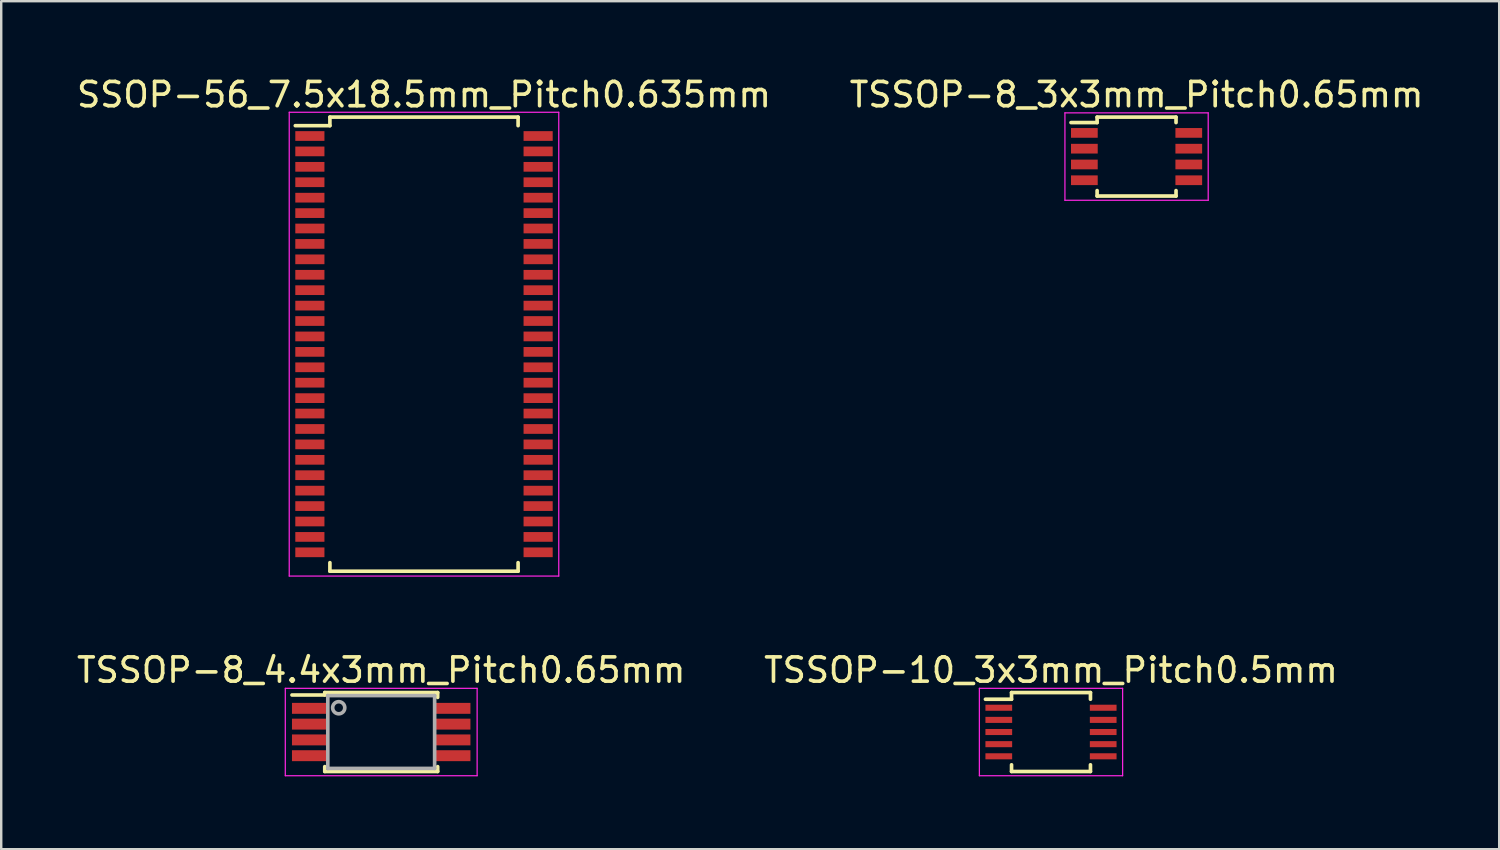
<source format=kicad_pcb>
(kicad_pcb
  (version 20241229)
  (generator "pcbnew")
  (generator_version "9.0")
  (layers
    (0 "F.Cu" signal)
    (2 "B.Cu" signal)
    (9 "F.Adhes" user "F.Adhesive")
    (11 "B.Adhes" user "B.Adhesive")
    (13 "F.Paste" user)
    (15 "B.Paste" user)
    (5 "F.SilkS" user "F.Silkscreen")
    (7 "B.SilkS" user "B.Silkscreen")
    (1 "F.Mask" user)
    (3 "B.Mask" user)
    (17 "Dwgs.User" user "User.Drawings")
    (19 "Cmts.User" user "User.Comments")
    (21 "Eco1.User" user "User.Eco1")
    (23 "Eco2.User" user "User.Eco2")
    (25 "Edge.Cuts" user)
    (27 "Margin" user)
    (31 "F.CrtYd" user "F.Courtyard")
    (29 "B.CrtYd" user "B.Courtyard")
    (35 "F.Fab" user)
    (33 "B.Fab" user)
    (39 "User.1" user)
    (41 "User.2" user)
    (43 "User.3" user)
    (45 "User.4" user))
  (footprint "TSSOP-10_3x3mm_Pitch0.5mm"
    (layer "F.Cu")
    (at 40.232 27.096)
    (property "Reference" "TSSOP-10_3x3mm_Pitch0.5mm" (at 0 -2.55 0) (layer "F.SilkS") (effects (font (size 1 1) (thickness 0.15))))
    (attr smd)
    (fp_line (start -1.625 -1.625) (end -1.625 -1.35) (stroke (width 0.15) (type solid)) (layer "F.SilkS"))
    (fp_line (start -1.625 -1.625) (end 1.625 -1.625) (stroke (width 0.15) (type solid)) (layer "F.SilkS"))
    (fp_line (start -1.625 -1.35) (end -2.7 -1.35) (stroke (width 0.15) (type solid)) (layer "F.SilkS"))
    (fp_line (start -1.625 1.625) (end -1.625 1.35) (stroke (width 0.15) (type solid)) (layer "F.SilkS"))
    (fp_line (start -1.625 1.625) (end 1.625 1.625) (stroke (width 0.15) (type solid)) (layer "F.SilkS"))
    (fp_line (start 1.625 -1.625) (end 1.625 -1.35) (stroke (width 0.15) (type solid)) (layer "F.SilkS"))
    (fp_line (start 1.625 1.625) (end 1.625 1.35) (stroke (width 0.15) (type solid)) (layer "F.SilkS"))
    (fp_line (start -2.95 -1.8) (end -2.95 1.8) (stroke (width 0.05) (type solid)) (layer "F.CrtYd"))
    (fp_line (start -2.95 -1.8) (end 2.95 -1.8) (stroke (width 0.05) (type solid)) (layer "F.CrtYd"))
    (fp_line (start -2.95 1.8) (end 2.95 1.8) (stroke (width 0.05) (type solid)) (layer "F.CrtYd"))
    (fp_line (start 2.95 -1.8) (end 2.95 1.8) (stroke (width 0.05) (type solid)) (layer "F.CrtYd"))
    (pad "1" smd rect (at -2.15 -1) (size 1.1 0.25) (layers "F.Cu" "F.Mask" "F.Paste"))
    (pad "2" smd rect (at -2.15 -0.5) (size 1.1 0.25) (layers "F.Cu" "F.Mask" "F.Paste"))
    (pad "3" smd rect (at -2.15 0) (size 1.1 0.25) (layers "F.Cu" "F.Mask" "F.Paste"))
    (pad "4" smd rect (at -2.15 0.5) (size 1.1 0.25) (layers "F.Cu" "F.Mask" "F.Paste"))
    (pad "5" smd rect (at -2.15 1) (size 1.1 0.25) (layers "F.Cu" "F.Mask" "F.Paste"))
    (pad "6" smd rect (at 2.15 1) (size 1.1 0.25) (layers "F.Cu" "F.Mask" "F.Paste"))
    (pad "7" smd rect (at 2.15 0.5) (size 1.1 0.25) (layers "F.Cu" "F.Mask" "F.Paste"))
    (pad "8" smd rect (at 2.15 0) (size 1.1 0.25) (layers "F.Cu" "F.Mask" "F.Paste"))
    (pad "9" smd rect (at 2.15 -0.5) (size 1.1 0.25) (layers "F.Cu" "F.Mask" "F.Paste"))
    (pad "10" smd rect (at 2.15 -1) (size 1.1 0.25) (layers "F.Cu" "F.Mask" "F.Paste")))
  (footprint "TSSOP-8_3x3mm_Pitch0.65mm"
    (layer "F.Cu")
    (at 43.756 3.398)
    (property "Reference" "TSSOP-8_3x3mm_Pitch0.65mm" (at 0 -2.55 0) (layer "F.SilkS") (effects (font (size 1 1) (thickness 0.15))))
    (attr smd)
    (fp_line (start -1.625 -1.625) (end -1.625 -1.4) (stroke (width 0.15) (type solid)) (layer "F.SilkS"))
    (fp_line (start -1.625 -1.625) (end 1.625 -1.625) (stroke (width 0.15) (type solid)) (layer "F.SilkS"))
    (fp_line (start -1.625 -1.4) (end -2.7 -1.4) (stroke (width 0.15) (type solid)) (layer "F.SilkS"))
    (fp_line (start -1.625 1.625) (end -1.625 1.4) (stroke (width 0.15) (type solid)) (layer "F.SilkS"))
    (fp_line (start -1.625 1.625) (end 1.625 1.625) (stroke (width 0.15) (type solid)) (layer "F.SilkS"))
    (fp_line (start 1.625 -1.625) (end 1.625 -1.4) (stroke (width 0.15) (type solid)) (layer "F.SilkS"))
    (fp_line (start 1.625 1.625) (end 1.625 1.4) (stroke (width 0.15) (type solid)) (layer "F.SilkS"))
    (fp_line (start -2.95 -1.8) (end -2.95 1.8) (stroke (width 0.05) (type solid)) (layer "F.CrtYd"))
    (fp_line (start -2.95 -1.8) (end 2.95 -1.8) (stroke (width 0.05) (type solid)) (layer "F.CrtYd"))
    (fp_line (start -2.95 1.8) (end 2.95 1.8) (stroke (width 0.05) (type solid)) (layer "F.CrtYd"))
    (fp_line (start 2.95 -1.8) (end 2.95 1.8) (stroke (width 0.05) (type solid)) (layer "F.CrtYd"))
    (pad "1" smd rect (at -2.15 -0.975) (size 1.1 0.4) (layers "F.Cu" "F.Mask" "F.Paste"))
    (pad "2" smd rect (at -2.15 -0.325) (size 1.1 0.4) (layers "F.Cu" "F.Mask" "F.Paste"))
    (pad "3" smd rect (at -2.15 0.325) (size 1.1 0.4) (layers "F.Cu" "F.Mask" "F.Paste"))
    (pad "4" smd rect (at -2.15 0.975) (size 1.1 0.4) (layers "F.Cu" "F.Mask" "F.Paste"))
    (pad "5" smd rect (at 2.15 0.975) (size 1.1 0.4) (layers "F.Cu" "F.Mask" "F.Paste"))
    (pad "6" smd rect (at 2.15 0.325) (size 1.1 0.4) (layers "F.Cu" "F.Mask" "F.Paste"))
    (pad "7" smd rect (at 2.15 -0.325) (size 1.1 0.4) (layers "F.Cu" "F.Mask" "F.Paste"))
    (pad "8" smd rect (at 2.15 -0.975) (size 1.1 0.4) (layers "F.Cu" "F.Mask" "F.Paste")))
  (footprint "SSOP-56_7.5x18.5mm_Pitch0.635mm"
    (layer "F.Cu")
    (at 14.411 11.123)
    (property "Reference" "SSOP-56_7.5x18.5mm_Pitch0.635mm" (at 0 -10.275 0) (layer "F.SilkS") (effects (font (size 1 1) (thickness 0.15))))
    (attr smd)
    (fp_line (start -3.875 -9.35) (end -3.875 -8.998) (stroke (width 0.15) (type solid)) (layer "F.SilkS"))
    (fp_line (start -3.875 -9.35) (end 3.875 -9.35) (stroke (width 0.15) (type solid)) (layer "F.SilkS"))
    (fp_line (start -3.875 -8.998) (end -5.3 -8.998) (stroke (width 0.15) (type solid)) (layer "F.SilkS"))
    (fp_line (start -3.875 9.35) (end -3.875 8.998) (stroke (width 0.15) (type solid)) (layer "F.SilkS"))
    (fp_line (start -3.875 9.35) (end 3.875 9.35) (stroke (width 0.15) (type solid)) (layer "F.SilkS"))
    (fp_line (start 3.875 -9.35) (end 3.875 -8.998) (stroke (width 0.15) (type solid)) (layer "F.SilkS"))
    (fp_line (start 3.875 9.35) (end 3.875 8.998) (stroke (width 0.15) (type solid)) (layer "F.SilkS"))
    (fp_line (start -5.55 -9.55) (end -5.55 9.55) (stroke (width 0.05) (type solid)) (layer "F.CrtYd"))
    (fp_line (start -5.55 -9.55) (end 5.55 -9.55) (stroke (width 0.05) (type solid)) (layer "F.CrtYd"))
    (fp_line (start -5.55 9.55) (end 5.55 9.55) (stroke (width 0.05) (type solid)) (layer "F.CrtYd"))
    (fp_line (start 5.55 -9.55) (end 5.55 9.55) (stroke (width 0.05) (type solid)) (layer "F.CrtYd"))
    (pad "1" smd rect (at -4.7 -8.572) (size 1.2 0.4) (layers "F.Cu" "F.Mask" "F.Paste"))
    (pad "2" smd rect (at -4.7 -7.938) (size 1.2 0.4) (layers "F.Cu" "F.Mask" "F.Paste"))
    (pad "3" smd rect (at -4.7 -7.303) (size 1.2 0.4) (layers "F.Cu" "F.Mask" "F.Paste"))
    (pad "4" smd rect (at -4.7 -6.668) (size 1.2 0.4) (layers "F.Cu" "F.Mask" "F.Paste"))
    (pad "5" smd rect (at -4.7 -6.032) (size 1.2 0.4) (layers "F.Cu" "F.Mask" "F.Paste"))
    (pad "6" smd rect (at -4.7 -5.397) (size 1.2 0.4) (layers "F.Cu" "F.Mask" "F.Paste"))
    (pad "7" smd rect (at -4.7 -4.763) (size 1.2 0.4) (layers "F.Cu" "F.Mask" "F.Paste"))
    (pad "8" smd rect (at -4.7 -4.128) (size 1.2 0.4) (layers "F.Cu" "F.Mask" "F.Paste"))
    (pad "9" smd rect (at -4.7 -3.493) (size 1.2 0.4) (layers "F.Cu" "F.Mask" "F.Paste"))
    (pad "10" smd rect (at -4.7 -2.857) (size 1.2 0.4) (layers "F.Cu" "F.Mask" "F.Paste"))
    (pad "11" smd rect (at -4.7 -2.223) (size 1.2 0.4) (layers "F.Cu" "F.Mask" "F.Paste"))
    (pad "12" smd rect (at -4.7 -1.587) (size 1.2 0.4) (layers "F.Cu" "F.Mask" "F.Paste"))
    (pad "13" smd rect (at -4.7 -0.953) (size 1.2 0.4) (layers "F.Cu" "F.Mask" "F.Paste"))
    (pad "14" smd rect (at -4.7 -0.318) (size 1.2 0.4) (layers "F.Cu" "F.Mask" "F.Paste"))
    (pad "15" smd rect (at -4.7 0.318) (size 1.2 0.4) (layers "F.Cu" "F.Mask" "F.Paste"))
    (pad "16" smd rect (at -4.7 0.953) (size 1.2 0.4) (layers "F.Cu" "F.Mask" "F.Paste"))
    (pad "17" smd rect (at -4.7 1.587) (size 1.2 0.4) (layers "F.Cu" "F.Mask" "F.Paste"))
    (pad "18" smd rect (at -4.7 2.223) (size 1.2 0.4) (layers "F.Cu" "F.Mask" "F.Paste"))
    (pad "19" smd rect (at -4.7 2.857) (size 1.2 0.4) (layers "F.Cu" "F.Mask" "F.Paste"))
    (pad "20" smd rect (at -4.7 3.493) (size 1.2 0.4) (layers "F.Cu" "F.Mask" "F.Paste"))
    (pad "21" smd rect (at -4.7 4.128) (size 1.2 0.4) (layers "F.Cu" "F.Mask" "F.Paste"))
    (pad "22" smd rect (at -4.7 4.763) (size 1.2 0.4) (layers "F.Cu" "F.Mask" "F.Paste"))
    (pad "23" smd rect (at -4.7 5.397) (size 1.2 0.4) (layers "F.Cu" "F.Mask" "F.Paste"))
    (pad "24" smd rect (at -4.7 6.032) (size 1.2 0.4) (layers "F.Cu" "F.Mask" "F.Paste"))
    (pad "25" smd rect (at -4.7 6.668) (size 1.2 0.4) (layers "F.Cu" "F.Mask" "F.Paste"))
    (pad "26" smd rect (at -4.7 7.303) (size 1.2 0.4) (layers "F.Cu" "F.Mask" "F.Paste"))
    (pad "27" smd rect (at -4.7 7.938) (size 1.2 0.4) (layers "F.Cu" "F.Mask" "F.Paste"))
    (pad "28" smd rect (at -4.7 8.572) (size 1.2 0.4) (layers "F.Cu" "F.Mask" "F.Paste"))
    (pad "29" smd rect (at 4.7 8.572) (size 1.2 0.4) (layers "F.Cu" "F.Mask" "F.Paste"))
    (pad "30" smd rect (at 4.7 7.938) (size 1.2 0.4) (layers "F.Cu" "F.Mask" "F.Paste"))
    (pad "31" smd rect (at 4.7 7.303) (size 1.2 0.4) (layers "F.Cu" "F.Mask" "F.Paste"))
    (pad "32" smd rect (at 4.7 6.668) (size 1.2 0.4) (layers "F.Cu" "F.Mask" "F.Paste"))
    (pad "33" smd rect (at 4.7 6.032) (size 1.2 0.4) (layers "F.Cu" "F.Mask" "F.Paste"))
    (pad "34" smd rect (at 4.7 5.397) (size 1.2 0.4) (layers "F.Cu" "F.Mask" "F.Paste"))
    (pad "35" smd rect (at 4.7 4.763) (size 1.2 0.4) (layers "F.Cu" "F.Mask" "F.Paste"))
    (pad "36" smd rect (at 4.7 4.128) (size 1.2 0.4) (layers "F.Cu" "F.Mask" "F.Paste"))
    (pad "37" smd rect (at 4.7 3.493) (size 1.2 0.4) (layers "F.Cu" "F.Mask" "F.Paste"))
    (pad "38" smd rect (at 4.7 2.857) (size 1.2 0.4) (layers "F.Cu" "F.Mask" "F.Paste"))
    (pad "39" smd rect (at 4.7 2.223) (size 1.2 0.4) (layers "F.Cu" "F.Mask" "F.Paste"))
    (pad "40" smd rect (at 4.7 1.587) (size 1.2 0.4) (layers "F.Cu" "F.Mask" "F.Paste"))
    (pad "41" smd rect (at 4.7 0.953) (size 1.2 0.4) (layers "F.Cu" "F.Mask" "F.Paste"))
    (pad "42" smd rect (at 4.7 0.318) (size 1.2 0.4) (layers "F.Cu" "F.Mask" "F.Paste"))
    (pad "43" smd rect (at 4.7 -0.318) (size 1.2 0.4) (layers "F.Cu" "F.Mask" "F.Paste"))
    (pad "44" smd rect (at 4.7 -0.953) (size 1.2 0.4) (layers "F.Cu" "F.Mask" "F.Paste"))
    (pad "45" smd rect (at 4.7 -1.587) (size 1.2 0.4) (layers "F.Cu" "F.Mask" "F.Paste"))
    (pad "46" smd rect (at 4.7 -2.223) (size 1.2 0.4) (layers "F.Cu" "F.Mask" "F.Paste"))
    (pad "47" smd rect (at 4.7 -2.857) (size 1.2 0.4) (layers "F.Cu" "F.Mask" "F.Paste"))
    (pad "48" smd rect (at 4.7 -3.493) (size 1.2 0.4) (layers "F.Cu" "F.Mask" "F.Paste"))
    (pad "49" smd rect (at 4.7 -4.128) (size 1.2 0.4) (layers "F.Cu" "F.Mask" "F.Paste"))
    (pad "50" smd rect (at 4.7 -4.763) (size 1.2 0.4) (layers "F.Cu" "F.Mask" "F.Paste"))
    (pad "51" smd rect (at 4.7 -5.397) (size 1.2 0.4) (layers "F.Cu" "F.Mask" "F.Paste"))
    (pad "52" smd rect (at 4.7 -6.032) (size 1.2 0.4) (layers "F.Cu" "F.Mask" "F.Paste"))
    (pad "53" smd rect (at 4.7 -6.668) (size 1.2 0.4) (layers "F.Cu" "F.Mask" "F.Paste"))
    (pad "54" smd rect (at 4.7 -7.303) (size 1.2 0.4) (layers "F.Cu" "F.Mask" "F.Paste"))
    (pad "55" smd rect (at 4.7 -7.938) (size 1.2 0.4) (layers "F.Cu" "F.Mask" "F.Paste"))
    (pad "56" smd rect (at 4.7 -8.572) (size 1.2 0.4) (layers "F.Cu" "F.Mask" "F.Paste")))
  (footprint "TSSOP-8_4.4x3mm_Pitch0.65mm"
    (layer "F.Cu")
    (at 12.649 27.096)
    (property "Reference" "TSSOP-8_4.4x3mm_Pitch0.65mm" (at 0 -2.55 0) (layer "F.SilkS") (effects (font (size 1 1) (thickness 0.15))))
    (attr smd)
    (fp_line (start -2.325 -1.625) (end -2.325 -1.525) (stroke (width 0.15) (type solid)) (layer "F.SilkS"))
    (fp_line (start -2.325 -1.625) (end 2.325 -1.625) (stroke (width 0.15) (type solid)) (layer "F.SilkS"))
    (fp_line (start -2.325 -1.525) (end -3.675 -1.525) (stroke (width 0.15) (type solid)) (layer "F.SilkS"))
    (fp_line (start -2.325 1.625) (end -2.325 1.425) (stroke (width 0.15) (type solid)) (layer "F.SilkS"))
    (fp_line (start -2.325 1.625) (end 2.325 1.625) (stroke (width 0.15) (type solid)) (layer "F.SilkS"))
    (fp_line (start 2.325 -1.625) (end 2.325 -1.425) (stroke (width 0.15) (type solid)) (layer "F.SilkS"))
    (fp_line (start 2.325 1.625) (end 2.325 1.425) (stroke (width 0.15) (type solid)) (layer "F.SilkS"))
    (fp_line (start -3.95 -1.8) (end -3.95 1.8) (stroke (width 0.05) (type solid)) (layer "F.CrtYd"))
    (fp_line (start -3.95 -1.8) (end 3.95 -1.8) (stroke (width 0.05) (type solid)) (layer "F.CrtYd"))
    (fp_line (start -3.95 1.8) (end 3.95 1.8) (stroke (width 0.05) (type solid)) (layer "F.CrtYd"))
    (fp_line (start 3.95 -1.8) (end 3.95 1.8) (stroke (width 0.05) (type solid)) (layer "F.CrtYd"))
    (fp_line (start -2.2 -1.5) (end 2.2 -1.5) (stroke (width 0.15) (type solid)) (layer "F.Fab"))
    (fp_line (start -2.2 1.5) (end -2.2 -1.5) (stroke (width 0.15) (type solid)) (layer "F.Fab"))
    (fp_line (start 2.2 -1.5) (end 2.2 1.5) (stroke (width 0.15) (type solid)) (layer "F.Fab"))
    (fp_line (start 2.2 1.5) (end -2.2 1.5) (stroke (width 0.15) (type solid)) (layer "F.Fab"))
    (fp_circle (center -1.75 -1) (end -2 -1) (stroke (width 0.15) (type solid)) (fill no) (layer "F.Fab"))
    (pad "1" smd rect (at -2.95 -0.975) (size 1.45 0.45) (layers "F.Cu" "F.Mask" "F.Paste"))
    (pad "2" smd rect (at -2.95 -0.325) (size 1.45 0.45) (layers "F.Cu" "F.Mask" "F.Paste"))
    (pad "3" smd rect (at -2.95 0.325) (size 1.45 0.45) (layers "F.Cu" "F.Mask" "F.Paste"))
    (pad "4" smd rect (at -2.95 0.975) (size 1.45 0.45) (layers "F.Cu" "F.Mask" "F.Paste"))
    (pad "5" smd rect (at 2.95 0.975) (size 1.45 0.45) (layers "F.Cu" "F.Mask" "F.Paste"))
    (pad "6" smd rect (at 2.95 0.325) (size 1.45 0.45) (layers "F.Cu" "F.Mask" "F.Paste"))
    (pad "7" smd rect (at 2.95 -0.325) (size 1.45 0.45) (layers "F.Cu" "F.Mask" "F.Paste"))
    (pad "8" smd rect (at 2.95 -0.975) (size 1.45 0.45) (layers "F.Cu" "F.Mask" "F.Paste")))
  (gr_rect
    (start -3 -3)
    (end 58.69 31.922)
    (stroke (width 0.1) (type default))
    (fill no)
    (layer "Edge.Cuts")))
</source>
